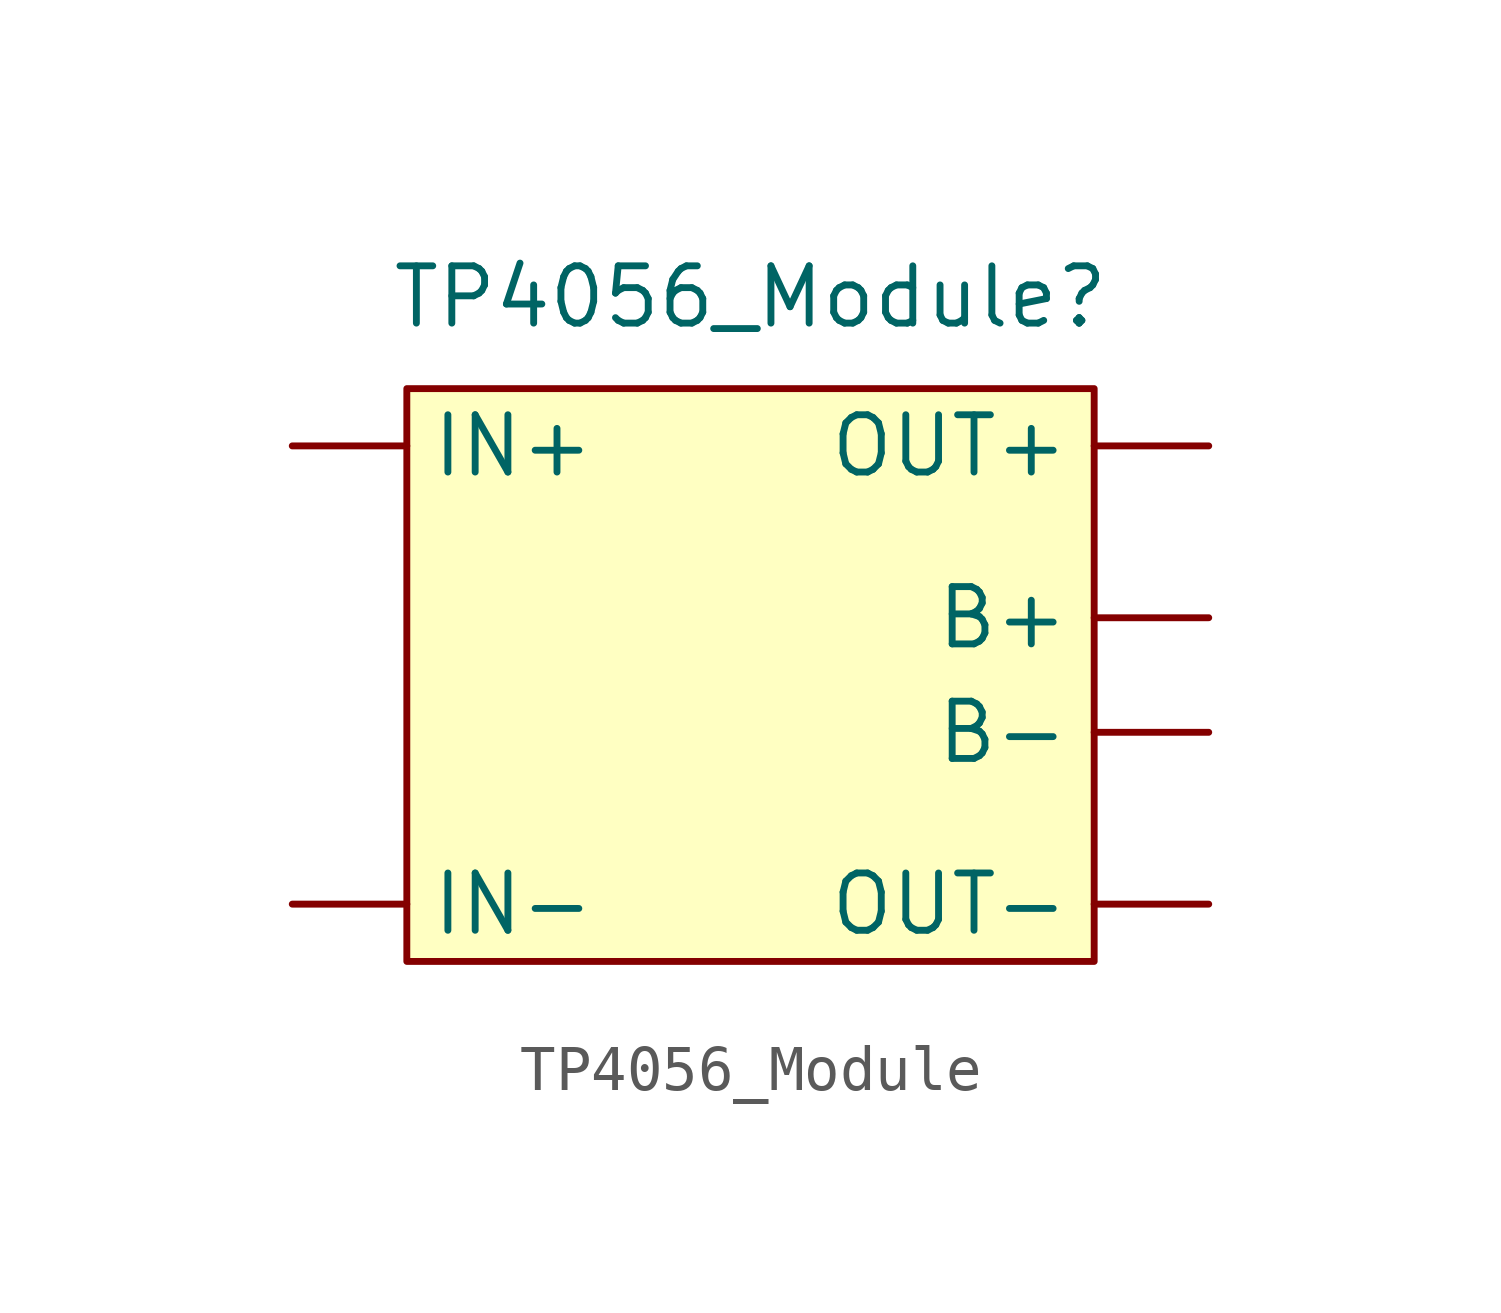
<source format=kicad_sym>
(kicad_symbol_lib
  (version 20241209)
  (generator "kicad_symbol_editor")
  (generator_version "9.0")
  (symbol "TP4056_Module"
    (property "Reference" "TP4056_Module"
      (at -2.54 7.112 0)
      (effects (font (size 1.27 1.27))))
    (property "Value" ""
      (at 0 0 0)
      (effects (font (size 1.27 1.27))))
    (symbol "TP4056_Module_1_1"
      (rectangle (start -10.16 5.08) (end 5.08 -7.62) (stroke (width 0) (type solid)) (fill (type background)))
      (pin input line (at -12.7 3.81 0) (length 2.54) (name "IN+" (effects (font (size 1.27 1.27)))) (number "" (effects (font (size 1.27 1.27)))))
      (pin input line (at -12.7 -6.35 0) (length 2.54) (name "IN-" (effects (font (size 1.27 1.27)))) (number "" (effects (font (size 1.27 1.27)))))
      (pin input line (at 7.62 3.81 180) (length 2.54) (name "OUT+" (effects (font (size 1.27 1.27)))) (number "" (effects (font (size 1.27 1.27)))))
      (pin input line (at 7.62 0 180) (length 2.54) (name "B+" (effects (font (size 1.27 1.27)))) (number "" (effects (font (size 1.27 1.27)))))
      (pin input line (at 7.62 -2.54 180) (length 2.54) (name "B-" (effects (font (size 1.27 1.27)))) (number "" (effects (font (size 1.27 1.27)))))
      (pin input line (at 7.62 -6.35 180) (length 2.54) (name "OUT-" (effects (font (size 1.27 1.27)))) (number "" (effects (font (size 1.27 1.27))))))))
</source>
